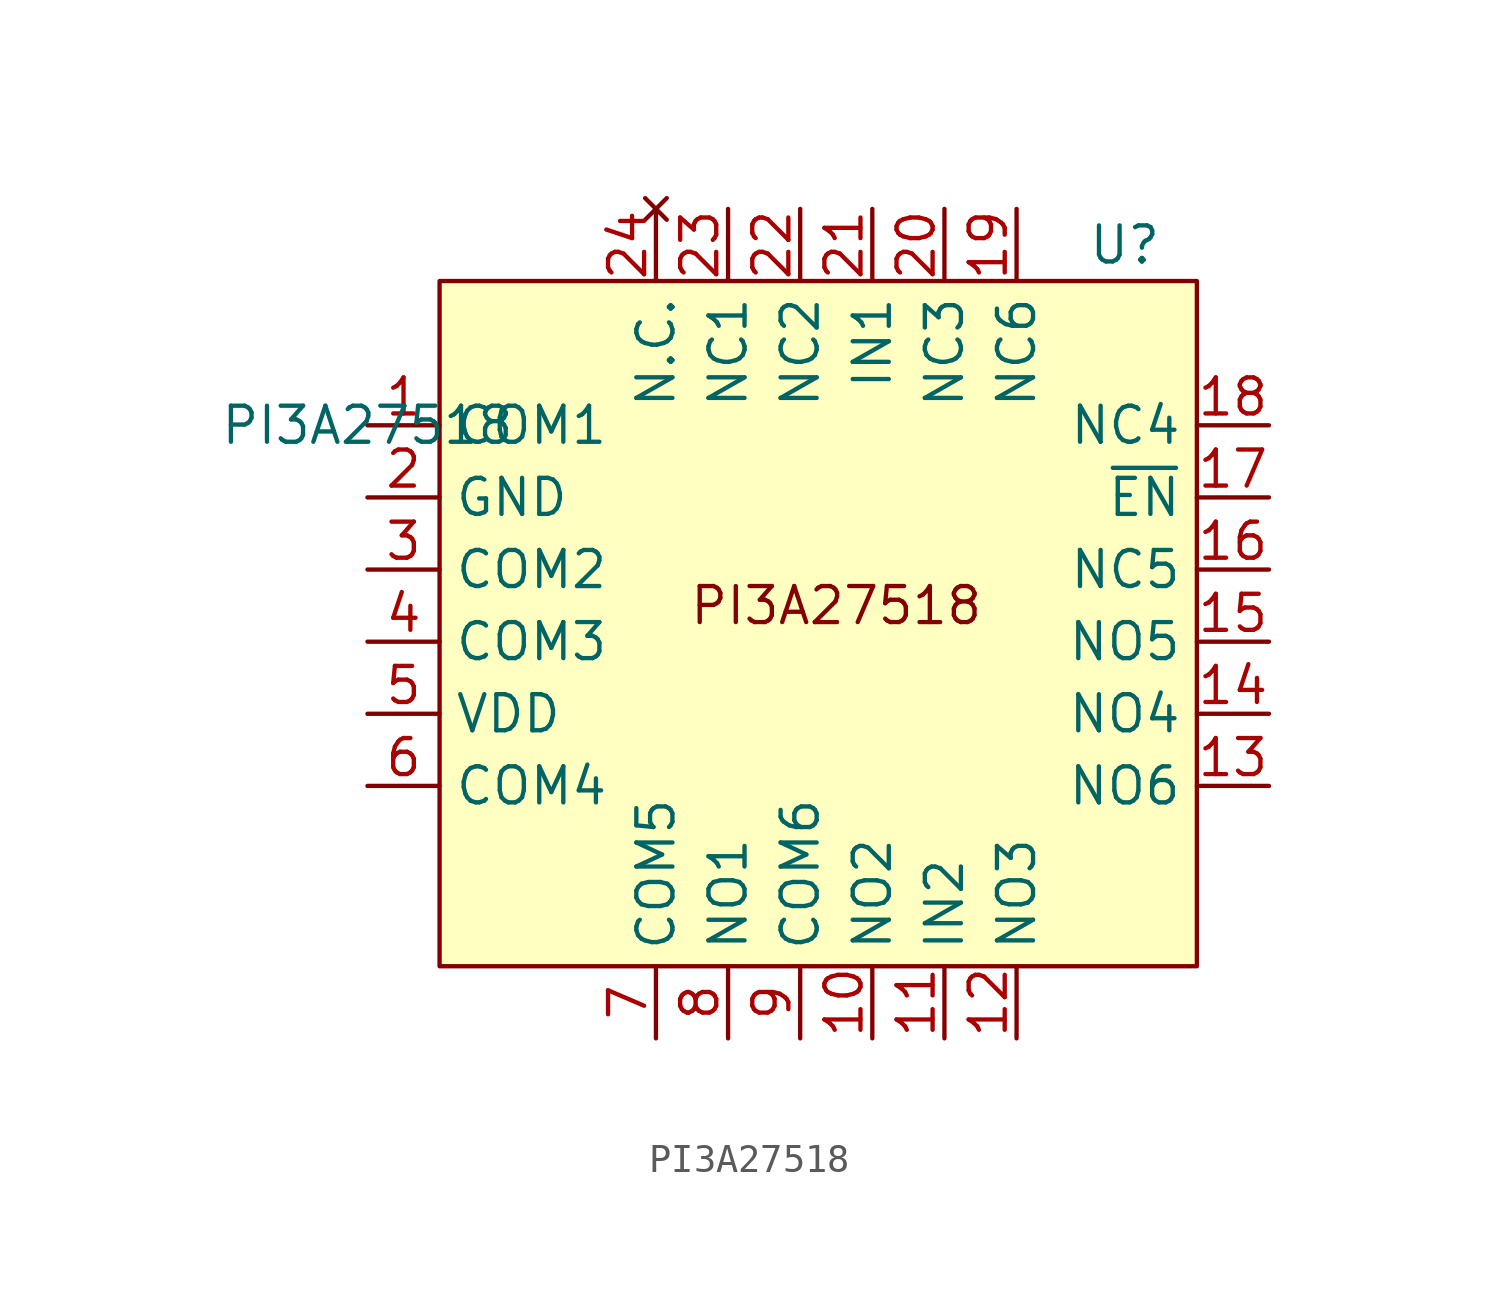
<source format=kicad_sym>
(kicad_symbol_lib
  (version 20220914)
  (generator kicad_symbol_editor)
  (symbol "PI3A27518"
    (property "Reference" "U"
      (at 10.16 12.7 0)
      (effects (font (size 1.27 1.27))))
    (property "Value" "PI3A27518"
      (at -16.51 6.35 0)
      (effects (font (size 1.27 1.27))))
    (symbol "PI3A27518_0_0"
      (pin bidirectional line (at -16.51 6.35 0) (length 2.54) (name "COM1" (effects (font (size 1.27 1.27)))) (number "1" (effects (font (size 1.27 1.27)))))
      (pin bidirectional line (at 1.27 -15.24 90) (length 2.54) (name "NO2" (effects (font (size 1.27 1.27)))) (number "10" (effects (font (size 1.27 1.27)))))
      (pin bidirectional line (at 3.81 -15.24 90) (length 2.54) (name "IN2" (effects (font (size 1.27 1.27)))) (number "11" (effects (font (size 1.27 1.27)))))
      (pin bidirectional line (at 6.35 -15.24 90) (length 2.54) (name "NO3" (effects (font (size 1.27 1.27)))) (number "12" (effects (font (size 1.27 1.27)))))
      (pin bidirectional line (at 15.24 -6.35 180) (length 2.54) (name "NO6" (effects (font (size 1.27 1.27)))) (number "13" (effects (font (size 1.27 1.27)))))
      (pin bidirectional line (at 15.24 -3.81 180) (length 2.54) (name "NO4" (effects (font (size 1.27 1.27)))) (number "14" (effects (font (size 1.27 1.27)))))
      (pin bidirectional line (at 15.24 -1.27 180) (length 2.54) (name "NO5" (effects (font (size 1.27 1.27)))) (number "15" (effects (font (size 1.27 1.27)))))
      (pin bidirectional line (at 15.24 1.27 180) (length 2.54) (name "NC5" (effects (font (size 1.27 1.27)))) (number "16" (effects (font (size 1.27 1.27)))))
      (pin bidirectional line (at 15.24 6.35 180) (length 2.54) (name "NC4" (effects (font (size 1.27 1.27)))) (number "18" (effects (font (size 1.27 1.27)))))
      (pin bidirectional line (at 3.81 13.97 270) (length 2.54) (name "NC3" (effects (font (size 1.27 1.27)))) (number "20" (effects (font (size 1.27 1.27)))))
      (pin bidirectional line (at 1.27 13.97 270) (length 2.54) (name "IN1" (effects (font (size 1.27 1.27)))) (number "21" (effects (font (size 1.27 1.27)))))
      (pin bidirectional line (at -1.27 13.97 270) (length 2.54) (name "NC2" (effects (font (size 1.27 1.27)))) (number "22" (effects (font (size 1.27 1.27)))))
      (pin bidirectional line (at -3.81 13.97 270) (length 2.54) (name "NC1" (effects (font (size 1.27 1.27)))) (number "23" (effects (font (size 1.27 1.27)))))
      (pin bidirectional line (at -16.51 1.27 0) (length 2.54) (name "COM2" (effects (font (size 1.27 1.27)))) (number "3" (effects (font (size 1.27 1.27)))))
      (pin bidirectional line (at -16.51 -1.27 0) (length 2.54) (name "COM3" (effects (font (size 1.27 1.27)))) (number "4" (effects (font (size 1.27 1.27)))))
      (pin bidirectional line (at -16.51 -6.35 0) (length 2.54) (name "COM4" (effects (font (size 1.27 1.27)))) (number "6" (effects (font (size 1.27 1.27)))))
      (pin bidirectional line (at -6.35 -15.24 90) (length 2.54) (name "COM5" (effects (font (size 1.27 1.27)))) (number "7" (effects (font (size 1.27 1.27)))))
      (pin bidirectional line (at -3.81 -15.24 90) (length 2.54) (name "NO1" (effects (font (size 1.27 1.27)))) (number "8" (effects (font (size 1.27 1.27)))))
      (pin bidirectional line (at -1.27 -15.24 90) (length 2.54) (name "COM6" (effects (font (size 1.27 1.27)))) (number "9" (effects (font (size 1.27 1.27))))))
    (symbol "PI3A27518_1_0"
      (pin input line (at 15.24 3.81 180) (length 2.54) (name "~{EN}" (effects (font (size 1.27 1.27)))) (number "17" (effects (font (size 1.27 1.27)))))
      (pin bidirectional line (at 6.35 13.97 270) (length 2.54) (name "NC6" (effects (font (size 1.27 1.27)))) (number "19" (effects (font (size 1.27 1.27)))))
      (pin power_in line (at -16.51 3.81 0) (length 2.54) (name "GND" (effects (font (size 1.27 1.27)))) (number "2" (effects (font (size 1.27 1.27)))))
      (pin no_connect line (at -6.35 13.97 270) (length 2.54) (name "N.C." (effects (font (size 1.27 1.27)))) (number "24" (effects (font (size 1.27 1.27)))))
      (pin power_in line (at -16.51 -3.81 0) (length 2.54) (name "VDD" (effects (font (size 1.27 1.27)))) (number "5" (effects (font (size 1.27 1.27))))))
    (symbol "PI3A27518_1_1"
      (rectangle (start -13.97 11.43) (end 12.7 -12.7) (stroke (width 0) (type default)) (fill (type background)))
      (text "PI3A27518" (at 0 0 0) (effects (font (size 1.27 1.27)))))))
</source>
